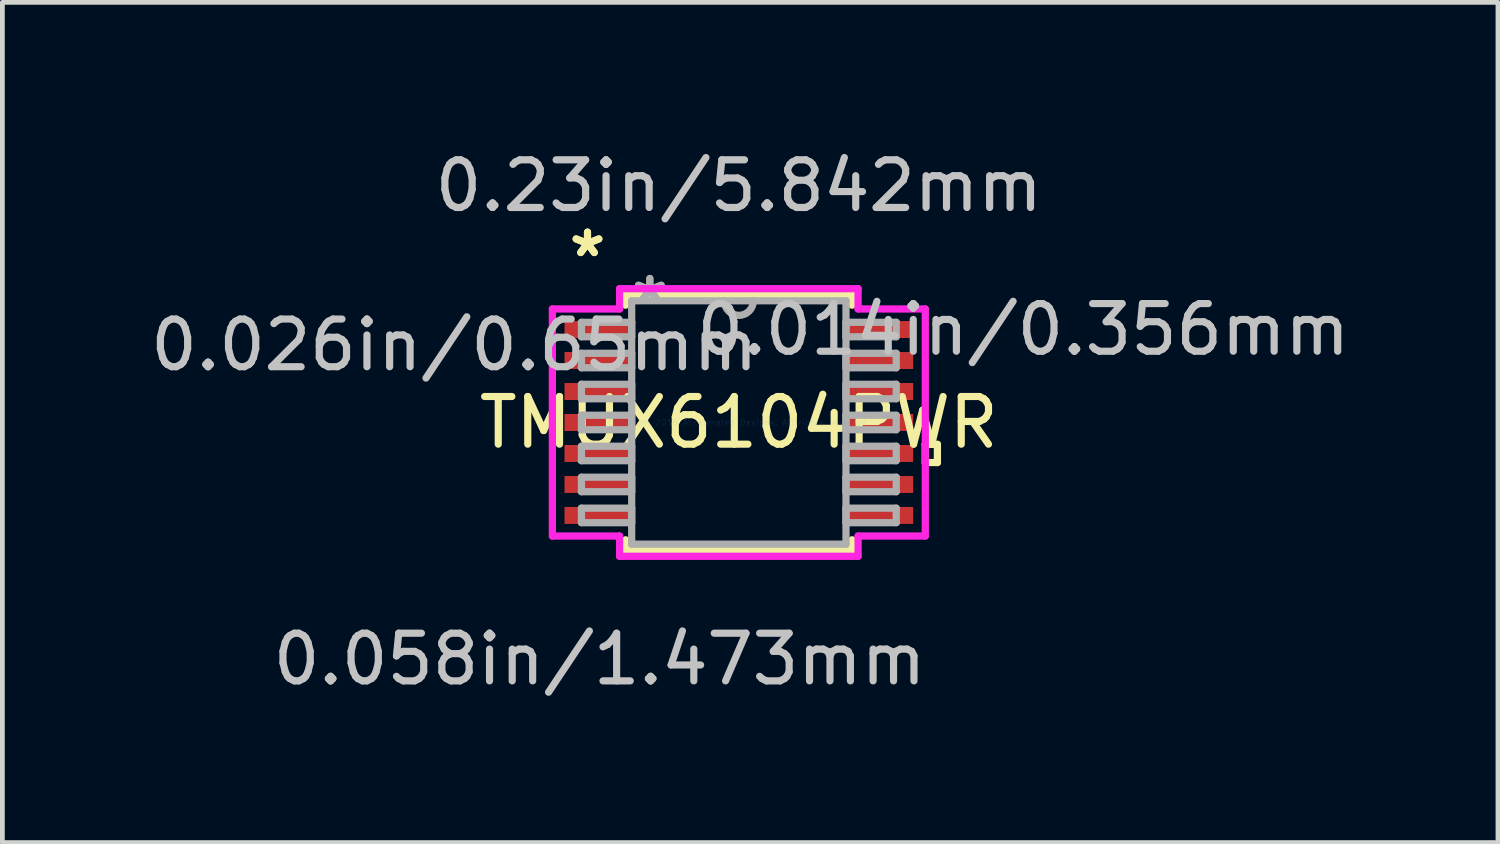
<source format=kicad_pcb>
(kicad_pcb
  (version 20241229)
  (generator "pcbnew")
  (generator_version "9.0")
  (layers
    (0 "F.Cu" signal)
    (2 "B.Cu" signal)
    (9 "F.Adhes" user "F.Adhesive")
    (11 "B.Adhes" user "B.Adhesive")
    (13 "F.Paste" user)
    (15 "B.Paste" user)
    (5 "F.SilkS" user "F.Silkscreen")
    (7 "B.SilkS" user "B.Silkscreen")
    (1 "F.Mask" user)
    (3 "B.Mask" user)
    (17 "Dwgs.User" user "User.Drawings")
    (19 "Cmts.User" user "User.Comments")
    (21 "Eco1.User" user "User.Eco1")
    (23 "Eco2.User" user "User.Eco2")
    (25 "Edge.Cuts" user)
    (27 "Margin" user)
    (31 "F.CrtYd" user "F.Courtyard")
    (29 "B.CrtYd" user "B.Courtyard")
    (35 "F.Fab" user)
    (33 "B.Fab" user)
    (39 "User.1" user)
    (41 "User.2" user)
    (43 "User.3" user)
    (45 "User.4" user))
  (footprint "TMUX6104PWR"
    (layer "F.Cu")
    (at 12.451 5.814)
    (property "Reference" "TMUX6104PWR" (at 0 0 0) (layer "F.SilkS") (effects (font (size 1 1) (thickness 0.15))))
    (attr through_hole)
    (fp_line (start -2.375 -2.68) (end -2.375 -2.461) (stroke (width 0.152) (type solid)) (layer "F.SilkS"))
    (fp_line (start -2.375 2.461) (end -2.375 2.68) (stroke (width 0.152) (type solid)) (layer "F.SilkS"))
    (fp_line (start -2.375 2.68) (end 2.375 2.68) (stroke (width 0.152) (type solid)) (layer "F.SilkS"))
    (fp_line (start 2.375 -2.68) (end -2.375 -2.68) (stroke (width 0.152) (type solid)) (layer "F.SilkS"))
    (fp_line (start 2.375 -2.461) (end 2.375 -2.68) (stroke (width 0.152) (type solid)) (layer "F.SilkS"))
    (fp_line (start 2.375 2.68) (end 2.375 2.461) (stroke (width 0.152) (type solid)) (layer "F.SilkS"))
    (fp_line (start 3.912 0.459) (end 4.166 0.459) (stroke (width 0.152) (type solid)) (layer "F.SilkS"))
    (fp_line (start 3.912 0.84) (end 3.912 0.459) (stroke (width 0.152) (type solid)) (layer "F.SilkS"))
    (fp_line (start 4.166 0.459) (end 4.166 0.84) (stroke (width 0.152) (type solid)) (layer "F.SilkS"))
    (fp_line (start 4.166 0.84) (end 3.912 0.84) (stroke (width 0.152) (type solid)) (layer "F.SilkS"))
    (fp_line (start -3.912 -2.382) (end -2.502 -2.382) (stroke (width 0.152) (type solid)) (layer "F.CrtYd"))
    (fp_line (start -3.912 2.382) (end -3.912 -2.382) (stroke (width 0.152) (type solid)) (layer "F.CrtYd"))
    (fp_line (start -2.502 -2.807) (end 2.502 -2.807) (stroke (width 0.152) (type solid)) (layer "F.CrtYd"))
    (fp_line (start -2.502 -2.382) (end -2.502 -2.807) (stroke (width 0.152) (type solid)) (layer "F.CrtYd"))
    (fp_line (start -2.502 2.382) (end -3.912 2.382) (stroke (width 0.152) (type solid)) (layer "F.CrtYd"))
    (fp_line (start -2.502 2.807) (end -2.502 2.382) (stroke (width 0.152) (type solid)) (layer "F.CrtYd"))
    (fp_line (start 2.502 -2.807) (end 2.502 -2.382) (stroke (width 0.152) (type solid)) (layer "F.CrtYd"))
    (fp_line (start 2.502 -2.382) (end 3.912 -2.382) (stroke (width 0.152) (type solid)) (layer "F.CrtYd"))
    (fp_line (start 2.502 2.382) (end 2.502 2.807) (stroke (width 0.152) (type solid)) (layer "F.CrtYd"))
    (fp_line (start 2.502 2.807) (end -2.502 2.807) (stroke (width 0.152) (type solid)) (layer "F.CrtYd"))
    (fp_line (start 3.912 -2.382) (end 3.912 2.382) (stroke (width 0.152) (type solid)) (layer "F.CrtYd"))
    (fp_line (start 3.912 2.382) (end 2.502 2.382) (stroke (width 0.152) (type solid)) (layer "F.CrtYd"))
    (fp_line (start -3.302 -2.102) (end -3.302 -1.798) (stroke (width 0.152) (type solid)) (layer "F.Fab"))
    (fp_line (start -3.302 -1.798) (end -2.248 -1.798) (stroke (width 0.152) (type solid)) (layer "F.Fab"))
    (fp_line (start -3.302 -1.452) (end -3.302 -1.148) (stroke (width 0.152) (type solid)) (layer "F.Fab"))
    (fp_line (start -3.302 -1.148) (end -2.248 -1.148) (stroke (width 0.152) (type solid)) (layer "F.Fab"))
    (fp_line (start -3.302 -0.802) (end -3.302 -0.498) (stroke (width 0.152) (type solid)) (layer "F.Fab"))
    (fp_line (start -3.302 -0.498) (end -2.248 -0.498) (stroke (width 0.152) (type solid)) (layer "F.Fab"))
    (fp_line (start -3.302 -0.152) (end -3.302 0.152) (stroke (width 0.152) (type solid)) (layer "F.Fab"))
    (fp_line (start -3.302 0.152) (end -2.248 0.152) (stroke (width 0.152) (type solid)) (layer "F.Fab"))
    (fp_line (start -3.302 0.498) (end -3.302 0.802) (stroke (width 0.152) (type solid)) (layer "F.Fab"))
    (fp_line (start -3.302 0.802) (end -2.248 0.802) (stroke (width 0.152) (type solid)) (layer "F.Fab"))
    (fp_line (start -3.302 1.148) (end -3.302 1.452) (stroke (width 0.152) (type solid)) (layer "F.Fab"))
    (fp_line (start -3.302 1.452) (end -2.248 1.452) (stroke (width 0.152) (type solid)) (layer "F.Fab"))
    (fp_line (start -3.302 1.798) (end -3.302 2.102) (stroke (width 0.152) (type solid)) (layer "F.Fab"))
    (fp_line (start -3.302 2.102) (end -2.248 2.102) (stroke (width 0.152) (type solid)) (layer "F.Fab"))
    (fp_line (start -2.248 -2.553) (end -2.248 2.553) (stroke (width 0.152) (type solid)) (layer "F.Fab"))
    (fp_line (start -2.248 -2.102) (end -3.302 -2.102) (stroke (width 0.152) (type solid)) (layer "F.Fab"))
    (fp_line (start -2.248 -1.798) (end -2.248 -2.102) (stroke (width 0.152) (type solid)) (layer "F.Fab"))
    (fp_line (start -2.248 -1.452) (end -3.302 -1.452) (stroke (width 0.152) (type solid)) (layer "F.Fab"))
    (fp_line (start -2.248 -1.148) (end -2.248 -1.452) (stroke (width 0.152) (type solid)) (layer "F.Fab"))
    (fp_line (start -2.248 -0.802) (end -3.302 -0.802) (stroke (width 0.152) (type solid)) (layer "F.Fab"))
    (fp_line (start -2.248 -0.498) (end -2.248 -0.802) (stroke (width 0.152) (type solid)) (layer "F.Fab"))
    (fp_line (start -2.248 -0.152) (end -3.302 -0.152) (stroke (width 0.152) (type solid)) (layer "F.Fab"))
    (fp_line (start -2.248 0.152) (end -2.248 -0.152) (stroke (width 0.152) (type solid)) (layer "F.Fab"))
    (fp_line (start -2.248 0.498) (end -3.302 0.498) (stroke (width 0.152) (type solid)) (layer "F.Fab"))
    (fp_line (start -2.248 0.802) (end -2.248 0.498) (stroke (width 0.152) (type solid)) (layer "F.Fab"))
    (fp_line (start -2.248 1.148) (end -3.302 1.148) (stroke (width 0.152) (type solid)) (layer "F.Fab"))
    (fp_line (start -2.248 1.452) (end -2.248 1.148) (stroke (width 0.152) (type solid)) (layer "F.Fab"))
    (fp_line (start -2.248 1.798) (end -3.302 1.798) (stroke (width 0.152) (type solid)) (layer "F.Fab"))
    (fp_line (start -2.248 2.102) (end -2.248 1.798) (stroke (width 0.152) (type solid)) (layer "F.Fab"))
    (fp_line (start -2.248 2.553) (end 2.248 2.553) (stroke (width 0.152) (type solid)) (layer "F.Fab"))
    (fp_line (start 2.248 -2.553) (end -2.248 -2.553) (stroke (width 0.152) (type solid)) (layer "F.Fab"))
    (fp_line (start 2.248 -2.102) (end 2.248 -1.798) (stroke (width 0.152) (type solid)) (layer "F.Fab"))
    (fp_line (start 2.248 -1.798) (end 3.302 -1.798) (stroke (width 0.152) (type solid)) (layer "F.Fab"))
    (fp_line (start 2.248 -1.452) (end 2.248 -1.148) (stroke (width 0.152) (type solid)) (layer "F.Fab"))
    (fp_line (start 2.248 -1.148) (end 3.302 -1.148) (stroke (width 0.152) (type solid)) (layer "F.Fab"))
    (fp_line (start 2.248 -0.802) (end 2.248 -0.498) (stroke (width 0.152) (type solid)) (layer "F.Fab"))
    (fp_line (start 2.248 -0.498) (end 3.302 -0.498) (stroke (width 0.152) (type solid)) (layer "F.Fab"))
    (fp_line (start 2.248 -0.152) (end 2.248 0.152) (stroke (width 0.152) (type solid)) (layer "F.Fab"))
    (fp_line (start 2.248 0.152) (end 3.302 0.152) (stroke (width 0.152) (type solid)) (layer "F.Fab"))
    (fp_line (start 2.248 0.498) (end 2.248 0.802) (stroke (width 0.152) (type solid)) (layer "F.Fab"))
    (fp_line (start 2.248 0.802) (end 3.302 0.802) (stroke (width 0.152) (type solid)) (layer "F.Fab"))
    (fp_line (start 2.248 1.148) (end 2.248 1.452) (stroke (width 0.152) (type solid)) (layer "F.Fab"))
    (fp_line (start 2.248 1.452) (end 3.302 1.452) (stroke (width 0.152) (type solid)) (layer "F.Fab"))
    (fp_line (start 2.248 1.798) (end 2.248 2.102) (stroke (width 0.152) (type solid)) (layer "F.Fab"))
    (fp_line (start 2.248 2.102) (end 3.302 2.102) (stroke (width 0.152) (type solid)) (layer "F.Fab"))
    (fp_line (start 2.248 2.553) (end 2.248 -2.553) (stroke (width 0.152) (type solid)) (layer "F.Fab"))
    (fp_line (start 3.302 -2.102) (end 2.248 -2.102) (stroke (width 0.152) (type solid)) (layer "F.Fab"))
    (fp_line (start 3.302 -1.798) (end 3.302 -2.102) (stroke (width 0.152) (type solid)) (layer "F.Fab"))
    (fp_line (start 3.302 -1.452) (end 2.248 -1.452) (stroke (width 0.152) (type solid)) (layer "F.Fab"))
    (fp_line (start 3.302 -1.148) (end 3.302 -1.452) (stroke (width 0.152) (type solid)) (layer "F.Fab"))
    (fp_line (start 3.302 -0.802) (end 2.248 -0.802) (stroke (width 0.152) (type solid)) (layer "F.Fab"))
    (fp_line (start 3.302 -0.498) (end 3.302 -0.802) (stroke (width 0.152) (type solid)) (layer "F.Fab"))
    (fp_line (start 3.302 -0.152) (end 2.248 -0.152) (stroke (width 0.152) (type solid)) (layer "F.Fab"))
    (fp_line (start 3.302 0.152) (end 3.302 -0.152) (stroke (width 0.152) (type solid)) (layer "F.Fab"))
    (fp_line (start 3.302 0.498) (end 2.248 0.498) (stroke (width 0.152) (type solid)) (layer "F.Fab"))
    (fp_line (start 3.302 0.802) (end 3.302 0.498) (stroke (width 0.152) (type solid)) (layer "F.Fab"))
    (fp_line (start 3.302 1.148) (end 2.248 1.148) (stroke (width 0.152) (type solid)) (layer "F.Fab"))
    (fp_line (start 3.302 1.452) (end 3.302 1.148) (stroke (width 0.152) (type solid)) (layer "F.Fab"))
    (fp_line (start 3.302 1.798) (end 2.248 1.798) (stroke (width 0.152) (type solid)) (layer "F.Fab"))
    (fp_line (start 3.302 2.102) (end 3.302 1.798) (stroke (width 0.152) (type solid)) (layer "F.Fab"))
    (fp_arc (start 0.3048 -2.5527) (mid 0 -2.2479) (end -0.3048 -2.5527) (stroke (width 0.1524) (type solid)) (layer "F.Fab"))
    (fp_text user "*" (at -3.175 -3.449 0) (layer "F.SilkS") (effects (font (size 1 1) (thickness 0.15))))
    (fp_text user "*" (at -3.175 -3.449 0) (layer "F.SilkS") (effects (font (size 1 1) (thickness 0.15))))
    (fp_text user "0.014in/0.356mm" (at 5.969 -1.95 0) (layer "Dwgs.User") (effects (font (size 1 1) (thickness 0.15))))
    (fp_text user "0.026in/0.65mm" (at -5.969 -1.625 0) (layer "Dwgs.User") (effects (font (size 1 1) (thickness 0.15))))
    (fp_text user "0.23in/5.842mm" (at 0 -4.966 0) (layer "Dwgs.User") (effects (font (size 1 1) (thickness 0.15))))
    (fp_text user "0.058in/1.473mm" (at -2.921 4.966 0) (layer "Dwgs.User") (effects (font (size 1 1) (thickness 0.15))))
    (fp_text user "Copyright 2016 Accelerated Designs. All rights reserved." (at 0 0 0) (layer "Cmts.User") (effects (font (size 0.127 0.127) (thickness 0.002))))
    (fp_text user "*" (at -1.867 -2.477 0) (layer "F.Fab") (effects (font (size 1 1) (thickness 0.15))))
    (fp_text user "*" (at -1.867 -2.477 0) (layer "F.Fab") (effects (font (size 1 1) (thickness 0.15))))
    (pad "1" smd rect (at -2.921 -1.95) (size 1.473 0.356) (layers "F.Cu" "F.Mask" "F.Paste"))
    (pad "2" smd rect (at -2.921 -1.3) (size 1.473 0.356) (layers "F.Cu" "F.Mask" "F.Paste"))
    (pad "3" smd rect (at -2.921 -0.65) (size 1.473 0.356) (layers "F.Cu" "F.Mask" "F.Paste"))
    (pad "4" smd rect (at -2.921 0) (size 1.473 0.356) (layers "F.Cu" "F.Mask" "F.Paste"))
    (pad "5" smd rect (at -2.921 0.65) (size 1.473 0.356) (layers "F.Cu" "F.Mask" "F.Paste"))
    (pad "6" smd rect (at -2.921 1.3) (size 1.473 0.356) (layers "F.Cu" "F.Mask" "F.Paste"))
    (pad "7" smd rect (at -2.921 1.95) (size 1.473 0.356) (layers "F.Cu" "F.Mask" "F.Paste"))
    (pad "8" smd rect (at 2.921 1.95) (size 1.473 0.356) (layers "F.Cu" "F.Mask" "F.Paste"))
    (pad "9" smd rect (at 2.921 1.3) (size 1.473 0.356) (layers "F.Cu" "F.Mask" "F.Paste"))
    (pad "10" smd rect (at 2.921 0.65) (size 1.473 0.356) (layers "F.Cu" "F.Mask" "F.Paste"))
    (pad "11" smd rect (at 2.921 0) (size 1.473 0.356) (layers "F.Cu" "F.Mask" "F.Paste"))
    (pad "12" smd rect (at 2.921 -0.65) (size 1.473 0.356) (layers "F.Cu" "F.Mask" "F.Paste"))
    (pad "13" smd rect (at 2.921 -1.3) (size 1.473 0.356) (layers "F.Cu" "F.Mask" "F.Paste"))
    (pad "14" smd rect (at 2.921 -1.95) (size 1.473 0.356) (layers "F.Cu" "F.Mask" "F.Paste")))
  (gr_rect
    (start -3 -3)
    (end 28.378 14.628)
    (stroke (width 0.1) (type default))
    (fill no)
    (layer "Edge.Cuts")))
</source>
